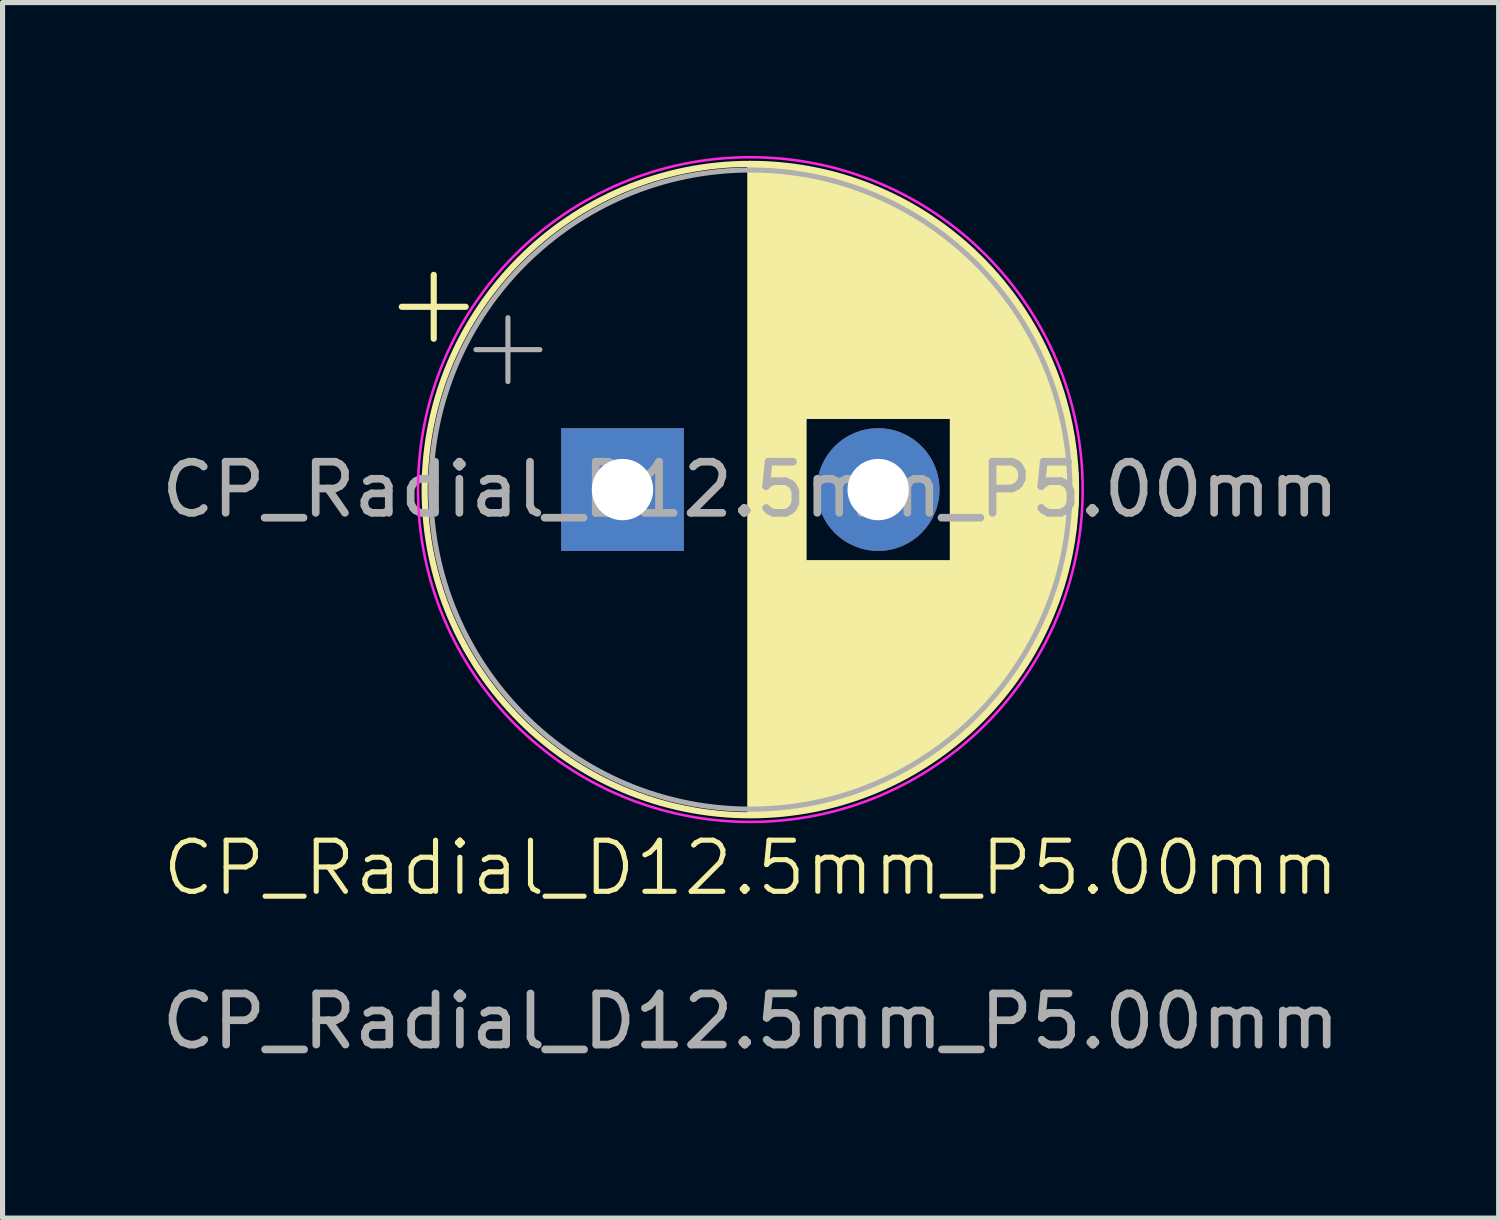
<source format=kicad_pcb>
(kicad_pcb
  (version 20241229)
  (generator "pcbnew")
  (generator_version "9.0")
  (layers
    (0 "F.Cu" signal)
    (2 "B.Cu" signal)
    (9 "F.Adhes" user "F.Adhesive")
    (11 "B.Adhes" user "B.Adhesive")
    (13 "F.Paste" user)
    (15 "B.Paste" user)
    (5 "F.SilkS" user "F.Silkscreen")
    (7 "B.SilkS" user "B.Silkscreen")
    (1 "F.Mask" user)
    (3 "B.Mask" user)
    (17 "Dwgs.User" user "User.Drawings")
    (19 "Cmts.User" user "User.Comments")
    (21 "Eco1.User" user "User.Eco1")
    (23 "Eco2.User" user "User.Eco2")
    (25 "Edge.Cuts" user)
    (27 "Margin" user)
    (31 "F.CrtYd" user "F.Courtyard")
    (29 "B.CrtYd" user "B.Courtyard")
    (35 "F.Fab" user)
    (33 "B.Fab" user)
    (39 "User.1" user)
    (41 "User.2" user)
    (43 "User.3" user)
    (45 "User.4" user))
  (footprint "CP_Radial_D12.5mm_P5.00mm"
    (layer "F.Cu")
    (at 11.635 14.425)
    (property "Reference" "CP_Radial_D12.5mm_P5.00mm" (at 0 -0.5 0) (unlocked yes) (layer "F.SilkS") (effects (font (size 1 1) (thickness 0.1))))
    (attr smd)
    (fp_line (start -6.827 -11.475) (end -5.577 -11.475) (stroke (width 0.12) (type solid)) (layer "F.SilkS"))
    (fp_line (start -6.202 -12.1) (end -6.202 -10.85) (stroke (width 0.12) (type solid)) (layer "F.SilkS"))
    (fp_line (start -0.01 -14.23) (end -0.01 -1.57) (stroke (width 0.12) (type solid)) (layer "F.SilkS"))
    (fp_line (start 0.03 -14.23) (end 0.03 -1.57) (stroke (width 0.12) (type solid)) (layer "F.SilkS"))
    (fp_line (start 0.07 -14.23) (end 0.07 -1.57) (stroke (width 0.12) (type solid)) (layer "F.SilkS"))
    (fp_line (start 0.11 -14.229) (end 0.11 -1.571) (stroke (width 0.12) (type solid)) (layer "F.SilkS"))
    (fp_line (start 0.15 -14.228) (end 0.15 -1.572) (stroke (width 0.12) (type solid)) (layer "F.SilkS"))
    (fp_line (start 0.19 -14.227) (end 0.19 -1.573) (stroke (width 0.12) (type solid)) (layer "F.SilkS"))
    (fp_line (start 0.23 -14.226) (end 0.23 -1.574) (stroke (width 0.12) (type solid)) (layer "F.SilkS"))
    (fp_line (start 0.27 -14.224) (end 0.27 -1.576) (stroke (width 0.12) (type solid)) (layer "F.SilkS"))
    (fp_line (start 0.31 -14.222) (end 0.31 -1.578) (stroke (width 0.12) (type solid)) (layer "F.SilkS"))
    (fp_line (start 0.35 -14.22) (end 0.35 -1.58) (stroke (width 0.12) (type solid)) (layer "F.SilkS"))
    (fp_line (start 0.39 -14.218) (end 0.39 -1.582) (stroke (width 0.12) (type solid)) (layer "F.SilkS"))
    (fp_line (start 0.43 -14.215) (end 0.43 -1.585) (stroke (width 0.12) (type solid)) (layer "F.SilkS"))
    (fp_line (start 0.47 -14.212) (end 0.47 -1.588) (stroke (width 0.12) (type solid)) (layer "F.SilkS"))
    (fp_line (start 0.51 -14.209) (end 0.51 -1.591) (stroke (width 0.12) (type solid)) (layer "F.SilkS"))
    (fp_line (start 0.55 -14.206) (end 0.55 -1.594) (stroke (width 0.12) (type solid)) (layer "F.SilkS"))
    (fp_line (start 0.59 -14.202) (end 0.59 -1.598) (stroke (width 0.12) (type solid)) (layer "F.SilkS"))
    (fp_line (start 0.63 -14.198) (end 0.63 -1.602) (stroke (width 0.12) (type solid)) (layer "F.SilkS"))
    (fp_line (start 0.67 -14.194) (end 0.67 -1.606) (stroke (width 0.12) (type solid)) (layer "F.SilkS"))
    (fp_line (start 0.711 -14.19) (end 0.711 -1.61) (stroke (width 0.12) (type solid)) (layer "F.SilkS"))
    (fp_line (start 0.751 -14.185) (end 0.751 -1.615) (stroke (width 0.12) (type solid)) (layer "F.SilkS"))
    (fp_line (start 0.791 -14.18) (end 0.791 -1.62) (stroke (width 0.12) (type solid)) (layer "F.SilkS"))
    (fp_line (start 0.831 -14.175) (end 0.831 -1.625) (stroke (width 0.12) (type solid)) (layer "F.SilkS"))
    (fp_line (start 0.871 -14.169) (end 0.871 -1.631) (stroke (width 0.12) (type solid)) (layer "F.SilkS"))
    (fp_line (start 0.911 -14.164) (end 0.911 -1.636) (stroke (width 0.12) (type solid)) (layer "F.SilkS"))
    (fp_line (start 0.951 -14.158) (end 0.951 -1.642) (stroke (width 0.12) (type solid)) (layer "F.SilkS"))
    (fp_line (start 0.991 -14.152) (end 0.991 -1.648) (stroke (width 0.12) (type solid)) (layer "F.SilkS"))
    (fp_line (start 1.031 -14.145) (end 1.031 -1.655) (stroke (width 0.12) (type solid)) (layer "F.SilkS"))
    (fp_line (start 1.071 -14.138) (end 1.071 -9.34) (stroke (width 0.12) (type solid)) (layer "F.SilkS"))
    (fp_line (start 1.071 -6.46) (end 1.071 -1.662) (stroke (width 0.12) (type solid)) (layer "F.SilkS"))
    (fp_line (start 1.111 -14.131) (end 1.111 -9.34) (stroke (width 0.12) (type solid)) (layer "F.SilkS"))
    (fp_line (start 1.111 -6.46) (end 1.111 -1.669) (stroke (width 0.12) (type solid)) (layer "F.SilkS"))
    (fp_line (start 1.151 -14.124) (end 1.151 -9.34) (stroke (width 0.12) (type solid)) (layer "F.SilkS"))
    (fp_line (start 1.151 -6.46) (end 1.151 -1.676) (stroke (width 0.12) (type solid)) (layer "F.SilkS"))
    (fp_line (start 1.191 -14.116) (end 1.191 -9.34) (stroke (width 0.12) (type solid)) (layer "F.SilkS"))
    (fp_line (start 1.191 -6.46) (end 1.191 -1.684) (stroke (width 0.12) (type solid)) (layer "F.SilkS"))
    (fp_line (start 1.231 -14.109) (end 1.231 -9.34) (stroke (width 0.12) (type solid)) (layer "F.SilkS"))
    (fp_line (start 1.231 -6.46) (end 1.231 -1.691) (stroke (width 0.12) (type solid)) (layer "F.SilkS"))
    (fp_line (start 1.271 -14.101) (end 1.271 -9.34) (stroke (width 0.12) (type solid)) (layer "F.SilkS"))
    (fp_line (start 1.271 -6.46) (end 1.271 -1.699) (stroke (width 0.12) (type solid)) (layer "F.SilkS"))
    (fp_line (start 1.311 -14.092) (end 1.311 -9.34) (stroke (width 0.12) (type solid)) (layer "F.SilkS"))
    (fp_line (start 1.311 -6.46) (end 1.311 -1.708) (stroke (width 0.12) (type solid)) (layer "F.SilkS"))
    (fp_line (start 1.351 -14.084) (end 1.351 -9.34) (stroke (width 0.12) (type solid)) (layer "F.SilkS"))
    (fp_line (start 1.351 -6.46) (end 1.351 -1.716) (stroke (width 0.12) (type solid)) (layer "F.SilkS"))
    (fp_line (start 1.391 -14.075) (end 1.391 -9.34) (stroke (width 0.12) (type solid)) (layer "F.SilkS"))
    (fp_line (start 1.391 -6.46) (end 1.391 -1.725) (stroke (width 0.12) (type solid)) (layer "F.SilkS"))
    (fp_line (start 1.431 -14.066) (end 1.431 -9.34) (stroke (width 0.12) (type solid)) (layer "F.SilkS"))
    (fp_line (start 1.431 -6.46) (end 1.431 -1.734) (stroke (width 0.12) (type solid)) (layer "F.SilkS"))
    (fp_line (start 1.471 -14.056) (end 1.471 -9.34) (stroke (width 0.12) (type solid)) (layer "F.SilkS"))
    (fp_line (start 1.471 -6.46) (end 1.471 -1.744) (stroke (width 0.12) (type solid)) (layer "F.SilkS"))
    (fp_line (start 1.511 -14.046) (end 1.511 -9.34) (stroke (width 0.12) (type solid)) (layer "F.SilkS"))
    (fp_line (start 1.511 -6.46) (end 1.511 -1.754) (stroke (width 0.12) (type solid)) (layer "F.SilkS"))
    (fp_line (start 1.551 -14.037) (end 1.551 -9.34) (stroke (width 0.12) (type solid)) (layer "F.SilkS"))
    (fp_line (start 1.551 -6.46) (end 1.551 -1.763) (stroke (width 0.12) (type solid)) (layer "F.SilkS"))
    (fp_line (start 1.591 -14.026) (end 1.591 -9.34) (stroke (width 0.12) (type solid)) (layer "F.SilkS"))
    (fp_line (start 1.591 -6.46) (end 1.591 -1.774) (stroke (width 0.12) (type solid)) (layer "F.SilkS"))
    (fp_line (start 1.631 -14.016) (end 1.631 -9.34) (stroke (width 0.12) (type solid)) (layer "F.SilkS"))
    (fp_line (start 1.631 -6.46) (end 1.631 -1.784) (stroke (width 0.12) (type solid)) (layer "F.SilkS"))
    (fp_line (start 1.671 -14.005) (end 1.671 -9.34) (stroke (width 0.12) (type solid)) (layer "F.SilkS"))
    (fp_line (start 1.671 -6.46) (end 1.671 -1.795) (stroke (width 0.12) (type solid)) (layer "F.SilkS"))
    (fp_line (start 1.711 -13.994) (end 1.711 -9.34) (stroke (width 0.12) (type solid)) (layer "F.SilkS"))
    (fp_line (start 1.711 -6.46) (end 1.711 -1.806) (stroke (width 0.12) (type solid)) (layer "F.SilkS"))
    (fp_line (start 1.751 -13.983) (end 1.751 -9.34) (stroke (width 0.12) (type solid)) (layer "F.SilkS"))
    (fp_line (start 1.751 -6.46) (end 1.751 -1.817) (stroke (width 0.12) (type solid)) (layer "F.SilkS"))
    (fp_line (start 1.791 -13.971) (end 1.791 -9.34) (stroke (width 0.12) (type solid)) (layer "F.SilkS"))
    (fp_line (start 1.791 -6.46) (end 1.791 -1.829) (stroke (width 0.12) (type solid)) (layer "F.SilkS"))
    (fp_line (start 1.831 -13.959) (end 1.831 -9.34) (stroke (width 0.12) (type solid)) (layer "F.SilkS"))
    (fp_line (start 1.831 -6.46) (end 1.831 -1.841) (stroke (width 0.12) (type solid)) (layer "F.SilkS"))
    (fp_line (start 1.871 -13.947) (end 1.871 -9.34) (stroke (width 0.12) (type solid)) (layer "F.SilkS"))
    (fp_line (start 1.871 -6.46) (end 1.871 -1.853) (stroke (width 0.12) (type solid)) (layer "F.SilkS"))
    (fp_line (start 1.911 -13.934) (end 1.911 -9.34) (stroke (width 0.12) (type solid)) (layer "F.SilkS"))
    (fp_line (start 1.911 -6.46) (end 1.911 -1.866) (stroke (width 0.12) (type solid)) (layer "F.SilkS"))
    (fp_line (start 1.951 -13.921) (end 1.951 -9.34) (stroke (width 0.12) (type solid)) (layer "F.SilkS"))
    (fp_line (start 1.951 -6.46) (end 1.951 -1.879) (stroke (width 0.12) (type solid)) (layer "F.SilkS"))
    (fp_line (start 1.991 -13.908) (end 1.991 -9.34) (stroke (width 0.12) (type solid)) (layer "F.SilkS"))
    (fp_line (start 1.991 -6.46) (end 1.991 -1.892) (stroke (width 0.12) (type solid)) (layer "F.SilkS"))
    (fp_line (start 2.031 -13.895) (end 2.031 -9.34) (stroke (width 0.12) (type solid)) (layer "F.SilkS"))
    (fp_line (start 2.031 -6.46) (end 2.031 -1.905) (stroke (width 0.12) (type solid)) (layer "F.SilkS"))
    (fp_line (start 2.071 -13.881) (end 2.071 -9.34) (stroke (width 0.12) (type solid)) (layer "F.SilkS"))
    (fp_line (start 2.071 -6.46) (end 2.071 -1.919) (stroke (width 0.12) (type solid)) (layer "F.SilkS"))
    (fp_line (start 2.111 -13.867) (end 2.111 -9.34) (stroke (width 0.12) (type solid)) (layer "F.SilkS"))
    (fp_line (start 2.111 -6.46) (end 2.111 -1.933) (stroke (width 0.12) (type solid)) (layer "F.SilkS"))
    (fp_line (start 2.151 -13.853) (end 2.151 -9.34) (stroke (width 0.12) (type solid)) (layer "F.SilkS"))
    (fp_line (start 2.151 -6.46) (end 2.151 -1.947) (stroke (width 0.12) (type solid)) (layer "F.SilkS"))
    (fp_line (start 2.191 -13.839) (end 2.191 -9.34) (stroke (width 0.12) (type solid)) (layer "F.SilkS"))
    (fp_line (start 2.191 -6.46) (end 2.191 -1.961) (stroke (width 0.12) (type solid)) (layer "F.SilkS"))
    (fp_line (start 2.231 -13.824) (end 2.231 -9.34) (stroke (width 0.12) (type solid)) (layer "F.SilkS"))
    (fp_line (start 2.231 -6.46) (end 2.231 -1.976) (stroke (width 0.12) (type solid)) (layer "F.SilkS"))
    (fp_line (start 2.271 -13.808) (end 2.271 -9.34) (stroke (width 0.12) (type solid)) (layer "F.SilkS"))
    (fp_line (start 2.271 -6.46) (end 2.271 -1.992) (stroke (width 0.12) (type solid)) (layer "F.SilkS"))
    (fp_line (start 2.311 -13.793) (end 2.311 -9.34) (stroke (width 0.12) (type solid)) (layer "F.SilkS"))
    (fp_line (start 2.311 -6.46) (end 2.311 -2.007) (stroke (width 0.12) (type solid)) (layer "F.SilkS"))
    (fp_line (start 2.351 -13.777) (end 2.351 -9.34) (stroke (width 0.12) (type solid)) (layer "F.SilkS"))
    (fp_line (start 2.351 -6.46) (end 2.351 -2.023) (stroke (width 0.12) (type solid)) (layer "F.SilkS"))
    (fp_line (start 2.391 -13.761) (end 2.391 -9.34) (stroke (width 0.12) (type solid)) (layer "F.SilkS"))
    (fp_line (start 2.391 -6.46) (end 2.391 -2.039) (stroke (width 0.12) (type solid)) (layer "F.SilkS"))
    (fp_line (start 2.431 -13.745) (end 2.431 -9.34) (stroke (width 0.12) (type solid)) (layer "F.SilkS"))
    (fp_line (start 2.431 -6.46) (end 2.431 -2.055) (stroke (width 0.12) (type solid)) (layer "F.SilkS"))
    (fp_line (start 2.471 -13.728) (end 2.471 -9.34) (stroke (width 0.12) (type solid)) (layer "F.SilkS"))
    (fp_line (start 2.471 -6.46) (end 2.471 -2.072) (stroke (width 0.12) (type solid)) (layer "F.SilkS"))
    (fp_line (start 2.511 -13.711) (end 2.511 -9.34) (stroke (width 0.12) (type solid)) (layer "F.SilkS"))
    (fp_line (start 2.511 -6.46) (end 2.511 -2.089) (stroke (width 0.12) (type solid)) (layer "F.SilkS"))
    (fp_line (start 2.551 -13.693) (end 2.551 -9.34) (stroke (width 0.12) (type solid)) (layer "F.SilkS"))
    (fp_line (start 2.551 -6.46) (end 2.551 -2.107) (stroke (width 0.12) (type solid)) (layer "F.SilkS"))
    (fp_line (start 2.591 -13.676) (end 2.591 -9.34) (stroke (width 0.12) (type solid)) (layer "F.SilkS"))
    (fp_line (start 2.591 -6.46) (end 2.591 -2.124) (stroke (width 0.12) (type solid)) (layer "F.SilkS"))
    (fp_line (start 2.631 -13.658) (end 2.631 -9.34) (stroke (width 0.12) (type solid)) (layer "F.SilkS"))
    (fp_line (start 2.631 -6.46) (end 2.631 -2.142) (stroke (width 0.12) (type solid)) (layer "F.SilkS"))
    (fp_line (start 2.671 -13.639) (end 2.671 -9.34) (stroke (width 0.12) (type solid)) (layer "F.SilkS"))
    (fp_line (start 2.671 -6.46) (end 2.671 -2.161) (stroke (width 0.12) (type solid)) (layer "F.SilkS"))
    (fp_line (start 2.711 -13.621) (end 2.711 -9.34) (stroke (width 0.12) (type solid)) (layer "F.SilkS"))
    (fp_line (start 2.711 -6.46) (end 2.711 -2.179) (stroke (width 0.12) (type solid)) (layer "F.SilkS"))
    (fp_line (start 2.751 -13.602) (end 2.751 -9.34) (stroke (width 0.12) (type solid)) (layer "F.SilkS"))
    (fp_line (start 2.751 -6.46) (end 2.751 -2.198) (stroke (width 0.12) (type solid)) (layer "F.SilkS"))
    (fp_line (start 2.791 -13.582) (end 2.791 -9.34) (stroke (width 0.12) (type solid)) (layer "F.SilkS"))
    (fp_line (start 2.791 -6.46) (end 2.791 -2.218) (stroke (width 0.12) (type solid)) (layer "F.SilkS"))
    (fp_line (start 2.831 -13.562) (end 2.831 -9.34) (stroke (width 0.12) (type solid)) (layer "F.SilkS"))
    (fp_line (start 2.831 -6.46) (end 2.831 -2.238) (stroke (width 0.12) (type solid)) (layer "F.SilkS"))
    (fp_line (start 2.871 -13.542) (end 2.871 -9.34) (stroke (width 0.12) (type solid)) (layer "F.SilkS"))
    (fp_line (start 2.871 -6.46) (end 2.871 -2.258) (stroke (width 0.12) (type solid)) (layer "F.SilkS"))
    (fp_line (start 2.911 -13.522) (end 2.911 -9.34) (stroke (width 0.12) (type solid)) (layer "F.SilkS"))
    (fp_line (start 2.911 -6.46) (end 2.911 -2.278) (stroke (width 0.12) (type solid)) (layer "F.SilkS"))
    (fp_line (start 2.951 -13.501) (end 2.951 -9.34) (stroke (width 0.12) (type solid)) (layer "F.SilkS"))
    (fp_line (start 2.951 -6.46) (end 2.951 -2.299) (stroke (width 0.12) (type solid)) (layer "F.SilkS"))
    (fp_line (start 2.991 -13.48) (end 2.991 -9.34) (stroke (width 0.12) (type solid)) (layer "F.SilkS"))
    (fp_line (start 2.991 -6.46) (end 2.991 -2.32) (stroke (width 0.12) (type solid)) (layer "F.SilkS"))
    (fp_line (start 3.031 -13.458) (end 3.031 -9.34) (stroke (width 0.12) (type solid)) (layer "F.SilkS"))
    (fp_line (start 3.031 -6.46) (end 3.031 -2.342) (stroke (width 0.12) (type solid)) (layer "F.SilkS"))
    (fp_line (start 3.071 -13.436) (end 3.071 -9.34) (stroke (width 0.12) (type solid)) (layer "F.SilkS"))
    (fp_line (start 3.071 -6.46) (end 3.071 -2.364) (stroke (width 0.12) (type solid)) (layer "F.SilkS"))
    (fp_line (start 3.111 -13.414) (end 3.111 -9.34) (stroke (width 0.12) (type solid)) (layer "F.SilkS"))
    (fp_line (start 3.111 -6.46) (end 3.111 -2.386) (stroke (width 0.12) (type solid)) (layer "F.SilkS"))
    (fp_line (start 3.151 -13.391) (end 3.151 -9.34) (stroke (width 0.12) (type solid)) (layer "F.SilkS"))
    (fp_line (start 3.151 -6.46) (end 3.151 -2.409) (stroke (width 0.12) (type solid)) (layer "F.SilkS"))
    (fp_line (start 3.191 -13.368) (end 3.191 -9.34) (stroke (width 0.12) (type solid)) (layer "F.SilkS"))
    (fp_line (start 3.191 -6.46) (end 3.191 -2.432) (stroke (width 0.12) (type solid)) (layer "F.SilkS"))
    (fp_line (start 3.231 -13.345) (end 3.231 -9.34) (stroke (width 0.12) (type solid)) (layer "F.SilkS"))
    (fp_line (start 3.231 -6.46) (end 3.231 -2.455) (stroke (width 0.12) (type solid)) (layer "F.SilkS"))
    (fp_line (start 3.271 -13.321) (end 3.271 -9.34) (stroke (width 0.12) (type solid)) (layer "F.SilkS"))
    (fp_line (start 3.271 -6.46) (end 3.271 -2.479) (stroke (width 0.12) (type solid)) (layer "F.SilkS"))
    (fp_line (start 3.311 -13.297) (end 3.311 -9.34) (stroke (width 0.12) (type solid)) (layer "F.SilkS"))
    (fp_line (start 3.311 -6.46) (end 3.311 -2.503) (stroke (width 0.12) (type solid)) (layer "F.SilkS"))
    (fp_line (start 3.351 -13.272) (end 3.351 -9.34) (stroke (width 0.12) (type solid)) (layer "F.SilkS"))
    (fp_line (start 3.351 -6.46) (end 3.351 -2.528) (stroke (width 0.12) (type solid)) (layer "F.SilkS"))
    (fp_line (start 3.391 -13.247) (end 3.391 -9.34) (stroke (width 0.12) (type solid)) (layer "F.SilkS"))
    (fp_line (start 3.391 -6.46) (end 3.391 -2.553) (stroke (width 0.12) (type solid)) (layer "F.SilkS"))
    (fp_line (start 3.431 -13.222) (end 3.431 -9.34) (stroke (width 0.12) (type solid)) (layer "F.SilkS"))
    (fp_line (start 3.431 -6.46) (end 3.431 -2.578) (stroke (width 0.12) (type solid)) (layer "F.SilkS"))
    (fp_line (start 3.471 -13.196) (end 3.471 -9.34) (stroke (width 0.12) (type solid)) (layer "F.SilkS"))
    (fp_line (start 3.471 -6.46) (end 3.471 -2.604) (stroke (width 0.12) (type solid)) (layer "F.SilkS"))
    (fp_line (start 3.511 -13.17) (end 3.511 -9.34) (stroke (width 0.12) (type solid)) (layer "F.SilkS"))
    (fp_line (start 3.511 -6.46) (end 3.511 -2.63) (stroke (width 0.12) (type solid)) (layer "F.SilkS"))
    (fp_line (start 3.551 -13.143) (end 3.551 -9.34) (stroke (width 0.12) (type solid)) (layer "F.SilkS"))
    (fp_line (start 3.551 -6.46) (end 3.551 -2.657) (stroke (width 0.12) (type solid)) (layer "F.SilkS"))
    (fp_line (start 3.591 -13.116) (end 3.591 -9.34) (stroke (width 0.12) (type solid)) (layer "F.SilkS"))
    (fp_line (start 3.591 -6.46) (end 3.591 -2.684) (stroke (width 0.12) (type solid)) (layer "F.SilkS"))
    (fp_line (start 3.631 -13.088) (end 3.631 -9.34) (stroke (width 0.12) (type solid)) (layer "F.SilkS"))
    (fp_line (start 3.631 -6.46) (end 3.631 -2.712) (stroke (width 0.12) (type solid)) (layer "F.SilkS"))
    (fp_line (start 3.671 -13.06) (end 3.671 -9.34) (stroke (width 0.12) (type solid)) (layer "F.SilkS"))
    (fp_line (start 3.671 -6.46) (end 3.671 -2.74) (stroke (width 0.12) (type solid)) (layer "F.SilkS"))
    (fp_line (start 3.711 -13.031) (end 3.711 -9.34) (stroke (width 0.12) (type solid)) (layer "F.SilkS"))
    (fp_line (start 3.711 -6.46) (end 3.711 -2.769) (stroke (width 0.12) (type solid)) (layer "F.SilkS"))
    (fp_line (start 3.751 -13.002) (end 3.751 -9.34) (stroke (width 0.12) (type solid)) (layer "F.SilkS"))
    (fp_line (start 3.751 -6.46) (end 3.751 -2.798) (stroke (width 0.12) (type solid)) (layer "F.SilkS"))
    (fp_line (start 3.791 -12.973) (end 3.791 -9.34) (stroke (width 0.12) (type solid)) (layer "F.SilkS"))
    (fp_line (start 3.791 -6.46) (end 3.791 -2.827) (stroke (width 0.12) (type solid)) (layer "F.SilkS"))
    (fp_line (start 3.831 -12.943) (end 3.831 -9.34) (stroke (width 0.12) (type solid)) (layer "F.SilkS"))
    (fp_line (start 3.831 -6.46) (end 3.831 -2.857) (stroke (width 0.12) (type solid)) (layer "F.SilkS"))
    (fp_line (start 3.871 -12.912) (end 3.871 -9.34) (stroke (width 0.12) (type solid)) (layer "F.SilkS"))
    (fp_line (start 3.871 -6.46) (end 3.871 -2.888) (stroke (width 0.12) (type solid)) (layer "F.SilkS"))
    (fp_line (start 3.911 -12.882) (end 3.911 -9.34) (stroke (width 0.12) (type solid)) (layer "F.SilkS"))
    (fp_line (start 3.911 -6.46) (end 3.911 -2.918) (stroke (width 0.12) (type solid)) (layer "F.SilkS"))
    (fp_line (start 3.951 -12.85) (end 3.951 -2.95) (stroke (width 0.12) (type solid)) (layer "F.SilkS"))
    (fp_line (start 3.991 -12.818) (end 3.991 -2.982) (stroke (width 0.12) (type solid)) (layer "F.SilkS"))
    (fp_line (start 4.031 -12.785) (end 4.031 -3.015) (stroke (width 0.12) (type solid)) (layer "F.SilkS"))
    (fp_line (start 4.071 -12.752) (end 4.071 -3.048) (stroke (width 0.12) (type solid)) (layer "F.SilkS"))
    (fp_line (start 4.111 -12.719) (end 4.111 -3.081) (stroke (width 0.12) (type solid)) (layer "F.SilkS"))
    (fp_line (start 4.151 -12.685) (end 4.151 -3.115) (stroke (width 0.12) (type solid)) (layer "F.SilkS"))
    (fp_line (start 4.191 -12.65) (end 4.191 -3.15) (stroke (width 0.12) (type solid)) (layer "F.SilkS"))
    (fp_line (start 4.231 -12.614) (end 4.231 -3.186) (stroke (width 0.12) (type solid)) (layer "F.SilkS"))
    (fp_line (start 4.271 -12.578) (end 4.271 -3.222) (stroke (width 0.12) (type solid)) (layer "F.SilkS"))
    (fp_line (start 4.311 -12.542) (end 4.311 -3.258) (stroke (width 0.12) (type solid)) (layer "F.SilkS"))
    (fp_line (start 4.351 -12.505) (end 4.351 -3.295) (stroke (width 0.12) (type solid)) (layer "F.SilkS"))
    (fp_line (start 4.391 -12.467) (end 4.391 -3.333) (stroke (width 0.12) (type solid)) (layer "F.SilkS"))
    (fp_line (start 4.431 -12.428) (end 4.431 -3.372) (stroke (width 0.12) (type solid)) (layer "F.SilkS"))
    (fp_line (start 4.471 -12.389) (end 4.471 -3.411) (stroke (width 0.12) (type solid)) (layer "F.SilkS"))
    (fp_line (start 4.511 -12.349) (end 4.511 -3.451) (stroke (width 0.12) (type solid)) (layer "F.SilkS"))
    (fp_line (start 4.551 -12.308) (end 4.551 -3.492) (stroke (width 0.12) (type solid)) (layer "F.SilkS"))
    (fp_line (start 4.591 -12.267) (end 4.591 -3.533) (stroke (width 0.12) (type solid)) (layer "F.SilkS"))
    (fp_line (start 4.631 -12.225) (end 4.631 -3.575) (stroke (width 0.12) (type solid)) (layer "F.SilkS"))
    (fp_line (start 4.671 -12.182) (end 4.671 -3.618) (stroke (width 0.12) (type solid)) (layer "F.SilkS"))
    (fp_line (start 4.711 -12.138) (end 4.711 -3.662) (stroke (width 0.12) (type solid)) (layer "F.SilkS"))
    (fp_line (start 4.751 -12.094) (end 4.751 -3.706) (stroke (width 0.12) (type solid)) (layer "F.SilkS"))
    (fp_line (start 4.791 -12.048) (end 4.791 -3.752) (stroke (width 0.12) (type solid)) (layer "F.SilkS"))
    (fp_line (start 4.831 -12.002) (end 4.831 -3.798) (stroke (width 0.12) (type solid)) (layer "F.SilkS"))
    (fp_line (start 4.871 -11.955) (end 4.871 -3.845) (stroke (width 0.12) (type solid)) (layer "F.SilkS"))
    (fp_line (start 4.911 -11.907) (end 4.911 -3.893) (stroke (width 0.12) (type solid)) (layer "F.SilkS"))
    (fp_line (start 4.951 -11.857) (end 4.951 -3.943) (stroke (width 0.12) (type solid)) (layer "F.SilkS"))
    (fp_line (start 4.991 -11.807) (end 4.991 -3.993) (stroke (width 0.12) (type solid)) (layer "F.SilkS"))
    (fp_line (start 5.031 -11.756) (end 5.031 -4.044) (stroke (width 0.12) (type solid)) (layer "F.SilkS"))
    (fp_line (start 5.071 -11.704) (end 5.071 -4.096) (stroke (width 0.12) (type solid)) (layer "F.SilkS"))
    (fp_line (start 5.111 -11.65) (end 5.111 -4.15) (stroke (width 0.12) (type solid)) (layer "F.SilkS"))
    (fp_line (start 5.151 -11.596) (end 5.151 -4.204) (stroke (width 0.12) (type solid)) (layer "F.SilkS"))
    (fp_line (start 5.191 -11.54) (end 5.191 -4.26) (stroke (width 0.12) (type solid)) (layer "F.SilkS"))
    (fp_line (start 5.231 -11.483) (end 5.231 -4.317) (stroke (width 0.12) (type solid)) (layer "F.SilkS"))
    (fp_line (start 5.271 -11.424) (end 5.271 -4.376) (stroke (width 0.12) (type solid)) (layer "F.SilkS"))
    (fp_line (start 5.311 -11.364) (end 5.311 -4.436) (stroke (width 0.12) (type solid)) (layer "F.SilkS"))
    (fp_line (start 5.351 -11.302) (end 5.351 -4.498) (stroke (width 0.12) (type solid)) (layer "F.SilkS"))
    (fp_line (start 5.391 -11.239) (end 5.391 -4.561) (stroke (width 0.12) (type solid)) (layer "F.SilkS"))
    (fp_line (start 5.431 -11.175) (end 5.431 -4.625) (stroke (width 0.12) (type solid)) (layer "F.SilkS"))
    (fp_line (start 5.471 -11.108) (end 5.471 -4.692) (stroke (width 0.12) (type solid)) (layer "F.SilkS"))
    (fp_line (start 5.511 -11.04) (end 5.511 -4.76) (stroke (width 0.12) (type solid)) (layer "F.SilkS"))
    (fp_line (start 5.551 -10.969) (end 5.551 -4.831) (stroke (width 0.12) (type solid)) (layer "F.SilkS"))
    (fp_line (start 5.591 -10.896) (end 5.591 -4.904) (stroke (width 0.12) (type solid)) (layer "F.SilkS"))
    (fp_line (start 5.631 -10.821) (end 5.631 -4.979) (stroke (width 0.12) (type solid)) (layer "F.SilkS"))
    (fp_line (start 5.671 -10.744) (end 5.671 -5.056) (stroke (width 0.12) (type solid)) (layer "F.SilkS"))
    (fp_line (start 5.711 -10.664) (end 5.711 -5.136) (stroke (width 0.12) (type solid)) (layer "F.SilkS"))
    (fp_line (start 5.751 -10.581) (end 5.751 -5.219) (stroke (width 0.12) (type solid)) (layer "F.SilkS"))
    (fp_line (start 5.791 -10.494) (end 5.791 -5.306) (stroke (width 0.12) (type solid)) (layer "F.SilkS"))
    (fp_line (start 5.831 -10.404) (end 5.831 -5.396) (stroke (width 0.12) (type solid)) (layer "F.SilkS"))
    (fp_line (start 5.871 -10.31) (end 5.871 -5.49) (stroke (width 0.12) (type solid)) (layer "F.SilkS"))
    (fp_line (start 5.911 -10.212) (end 5.911 -5.588) (stroke (width 0.12) (type solid)) (layer "F.SilkS"))
    (fp_line (start 5.951 -10.109) (end 5.951 -5.691) (stroke (width 0.12) (type solid)) (layer "F.SilkS"))
    (fp_line (start 5.991 -10) (end 5.991 -5.8) (stroke (width 0.12) (type solid)) (layer "F.SilkS"))
    (fp_line (start 6.031 -9.884) (end 6.031 -5.916) (stroke (width 0.12) (type solid)) (layer "F.SilkS"))
    (fp_line (start 6.071 -9.761) (end 6.071 -6.039) (stroke (width 0.12) (type solid)) (layer "F.SilkS"))
    (fp_line (start 6.111 -9.628) (end 6.111 -6.172) (stroke (width 0.12) (type solid)) (layer "F.SilkS"))
    (fp_line (start 6.151 -9.483) (end 6.151 -6.317) (stroke (width 0.12) (type solid)) (layer "F.SilkS"))
    (fp_line (start 6.191 -9.322) (end 6.191 -6.478) (stroke (width 0.12) (type solid)) (layer "F.SilkS"))
    (fp_line (start 6.231 -9.141) (end 6.231 -6.659) (stroke (width 0.12) (type solid)) (layer "F.SilkS"))
    (fp_line (start 6.271 -8.928) (end 6.271 -6.872) (stroke (width 0.12) (type solid)) (layer "F.SilkS"))
    (fp_line (start 6.311 -8.657) (end 6.311 -7.143) (stroke (width 0.12) (type solid)) (layer "F.SilkS"))
    (fp_line (start 6.351 -8.217) (end 6.351 -7.583) (stroke (width 0.12) (type solid)) (layer "F.SilkS"))
    (fp_circle (center -0.01 -7.9) (end 6.36 -7.9) (stroke (width 0.12) (type solid)) (fill no) (layer "F.SilkS"))
    (fp_circle (center -0.01 -7.9) (end 6.49 -7.9) (stroke (width 0.05) (type solid)) (fill no) (layer "F.CrtYd"))
    (fp_line (start -5.376 -10.637) (end -4.126 -10.637) (stroke (width 0.1) (type solid)) (layer "F.Fab"))
    (fp_line (start -4.751 -11.262) (end -4.751 -10.012) (stroke (width 0.1) (type solid)) (layer "F.Fab"))
    (fp_circle (center -0.01 -7.9) (end 6.24 -7.9) (stroke (width 0.1) (type solid)) (fill no) (layer "F.Fab"))
    (fp_text user "${REFERENCE}" (at 0 2.5 0) (unlocked yes) (layer "F.Fab") (effects (font (size 1 1) (thickness 0.15))))
    (fp_text user "${REFERENCE}" (at -0.01 -7.9 0) (layer "F.Fab") (effects (font (size 1 1) (thickness 0.15))))
    (pad "1" thru_hole rect (at -2.51 -7.9) (size 2.4 2.4) (drill 1.2) (layers "*.Cu" "*.Mask"))
    (pad "2" thru_hole circle (at 2.49 -7.9) (size 2.4 2.4) (drill 1.2) (layers "*.Cu" "*.Mask")))
  (gr_rect
    (start -3 -3)
    (end 26.26 20.773)
    (stroke (width 0.1) (type default))
    (fill no)
    (layer "Edge.Cuts")))
</source>
